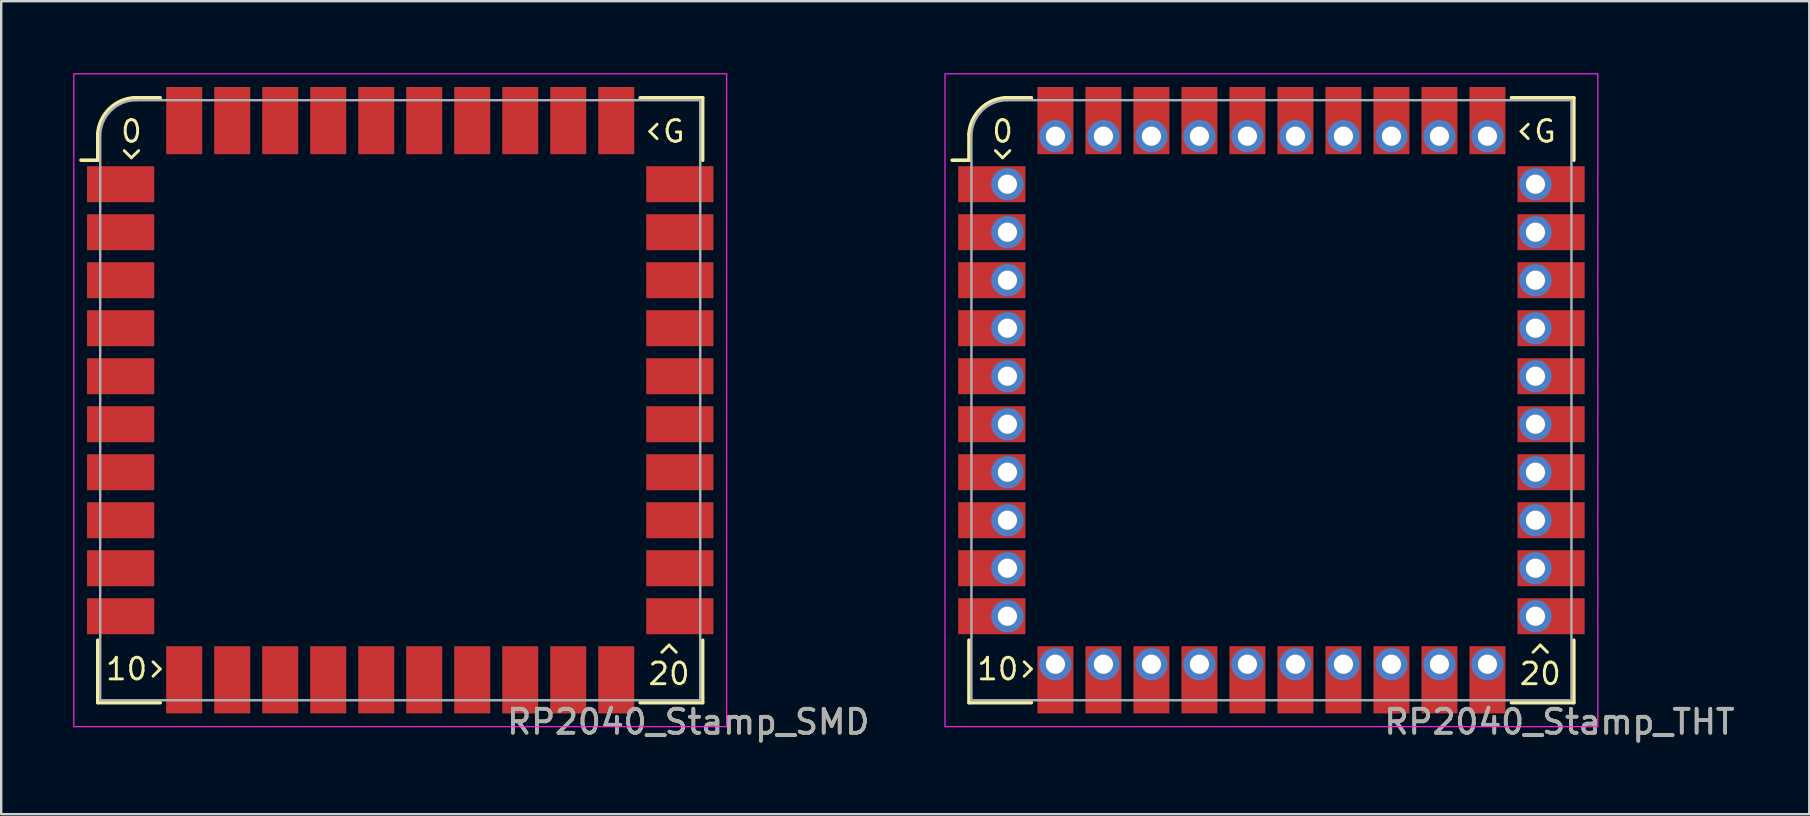
<source format=kicad_pcb>
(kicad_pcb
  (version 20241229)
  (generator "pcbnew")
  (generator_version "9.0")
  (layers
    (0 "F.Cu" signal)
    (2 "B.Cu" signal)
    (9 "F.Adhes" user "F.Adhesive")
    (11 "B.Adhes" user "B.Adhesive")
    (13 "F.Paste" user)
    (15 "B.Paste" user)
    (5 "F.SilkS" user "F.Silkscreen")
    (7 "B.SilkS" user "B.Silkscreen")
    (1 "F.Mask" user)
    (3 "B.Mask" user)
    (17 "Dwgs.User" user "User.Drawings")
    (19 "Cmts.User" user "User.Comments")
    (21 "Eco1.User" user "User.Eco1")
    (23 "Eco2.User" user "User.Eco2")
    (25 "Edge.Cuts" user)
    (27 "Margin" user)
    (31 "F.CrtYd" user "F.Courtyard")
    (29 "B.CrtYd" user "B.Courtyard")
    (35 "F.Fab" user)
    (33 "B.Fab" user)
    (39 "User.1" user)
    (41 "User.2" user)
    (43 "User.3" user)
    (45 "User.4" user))
  (footprint "RP2040_Stamp_THT"
    (layer "F.Cu")
    (at 49.923 13.625)
    (property "Reference" "RP2040_Stamp_THT" (at 12 13.4 0) (unlocked yes) (layer "F.SilkS") (effects (font (size 1 1) (thickness 0.15))))
    (attr through_hole)
    (fp_line (start -12.6 -10) (end -13.3 -10) (stroke (width 0.15) (type solid)) (layer "F.SilkS"))
    (fp_line (start -12.6 -10) (end -12.6 -11.1) (stroke (width 0.15) (type solid)) (layer "F.SilkS"))
    (fp_line (start -12.6 12.6) (end -12.6 10) (stroke (width 0.15) (type solid)) (layer "F.SilkS"))
    (fp_line (start -11.5 -10.4) (end -11.2 -10.1) (stroke (width 0.12) (type solid)) (layer "F.SilkS"))
    (fp_line (start -11.2 -10.1) (end -10.9 -10.4) (stroke (width 0.12) (type solid)) (layer "F.SilkS"))
    (fp_line (start -11.1 -12.6) (end -10 -12.6) (stroke (width 0.15) (type solid)) (layer "F.SilkS"))
    (fp_line (start -10.3 11.5) (end -10 11.2) (stroke (width 0.12) (type solid)) (layer "F.SilkS"))
    (fp_line (start -10 11.2) (end -10.3 10.9) (stroke (width 0.12) (type solid)) (layer "F.SilkS"))
    (fp_line (start -10 12.6) (end -12.6 12.6) (stroke (width 0.15) (type solid)) (layer "F.SilkS"))
    (fp_line (start 10 -12.6) (end 12.6 -12.6) (stroke (width 0.15) (type solid)) (layer "F.SilkS"))
    (fp_line (start 10.4 -11.2) (end 10.7 -10.9) (stroke (width 0.12) (type solid)) (layer "F.SilkS"))
    (fp_line (start 10.7 -11.5) (end 10.4 -11.2) (stroke (width 0.12) (type solid)) (layer "F.SilkS"))
    (fp_line (start 11.2 10.2) (end 10.9 10.5) (stroke (width 0.12) (type solid)) (layer "F.SilkS"))
    (fp_line (start 11.5 10.5) (end 11.2 10.2) (stroke (width 0.12) (type solid)) (layer "F.SilkS"))
    (fp_line (start 12.6 -12.6) (end 12.6 -10) (stroke (width 0.15) (type solid)) (layer "F.SilkS"))
    (fp_line (start 12.6 10) (end 12.6 12.6) (stroke (width 0.15) (type solid)) (layer "F.SilkS"))
    (fp_line (start 12.6 12.6) (end 10 12.6) (stroke (width 0.15) (type solid)) (layer "F.SilkS"))
    (fp_arc (start -12.6 -11.1) (mid -12.129432 -12.129432) (end -11.1 -12.6) (stroke (width 0.15) (type solid)) (layer "F.SilkS"))
    (fp_rect (start -13.6 -13.6) (end 13.6 13.6) (stroke (width 0.05) (type solid)) (fill no) (layer "F.CrtYd"))
    (fp_line (start -12.5 12.5) (end -12.5 -11) (stroke (width 0.1) (type solid)) (layer "F.Fab"))
    (fp_line (start -11 -12.5) (end 12.5 -12.5) (stroke (width 0.1) (type solid)) (layer "F.Fab"))
    (fp_line (start 12.5 -12.5) (end 12.5 12.5) (stroke (width 0.1) (type solid)) (layer "F.Fab"))
    (fp_line (start 12.5 12.5) (end -12.5 12.5) (stroke (width 0.1) (type solid)) (layer "F.Fab"))
    (fp_arc (start -12.500003 -11.000003) (mid -12.060661 -12.060662) (end -11 -12.5) (stroke (width 0.1) (type solid)) (layer "F.Fab"))
    (fp_text user "20" (at 11.2 11.4 0) (unlocked yes) (layer "F.SilkS") (effects (font (size 0.9 0.9) (thickness 0.12))))
    (fp_text user "0" (at -11.2 -11.2 0) (unlocked yes) (layer "F.SilkS") (effects (font (size 0.9 0.9) (thickness 0.12))))
    (fp_text user "10" (at -11.4 11.2 0) (unlocked yes) (layer "F.SilkS") (effects (font (size 0.9 0.9) (thickness 0.12))))
    (fp_text user "G" (at 11.4 -11.2 0) (unlocked yes) (layer "F.SilkS") (effects (font (size 0.9 0.9) (thickness 0.12))))
    (fp_text user "${REFERENCE}" (at 12 13.4 0) (unlocked yes) (layer "F.Fab") (effects (font (size 1 1) (thickness 0.15))))
    (pad "1" smd rect (at -11.65 -9) (size 2.8 1.5) (layers "F.Cu" "F.Mask" "F.Paste"))
    (pad "1" thru_hole circle (at -11 -9) (size 1.35 1.35) (drill 0.8) (layers "*.Cu" "*.Mask"))
    (pad "2" smd rect (at -11.65 -7) (size 2.8 1.5) (layers "F.Cu" "F.Mask" "F.Paste"))
    (pad "2" thru_hole oval (at -11 -7) (size 1.35 1.35) (drill 0.8) (layers "*.Cu" "*.Mask"))
    (pad "3" smd rect (at -11.65 -5) (size 2.8 1.5) (layers "F.Cu" "F.Mask" "F.Paste"))
    (pad "3" thru_hole oval (at -11 -5) (size 1.35 1.35) (drill 0.8) (layers "*.Cu" "*.Mask"))
    (pad "4" smd rect (at -11.65 -3) (size 2.8 1.5) (layers "F.Cu" "F.Mask" "F.Paste"))
    (pad "4" thru_hole oval (at -11 -3) (size 1.35 1.35) (drill 0.8) (layers "*.Cu" "*.Mask"))
    (pad "5" smd rect (at -11.65 -1) (size 2.8 1.5) (layers "F.Cu" "F.Mask" "F.Paste"))
    (pad "5" thru_hole oval (at -11 -1) (size 1.35 1.35) (drill 0.8) (layers "*.Cu" "*.Mask"))
    (pad "6" smd rect (at -11.65 1) (size 2.8 1.5) (layers "F.Cu" "F.Mask" "F.Paste"))
    (pad "6" thru_hole oval (at -11 1) (size 1.35 1.35) (drill 0.8) (layers "*.Cu" "*.Mask"))
    (pad "7" smd rect (at -11.65 3) (size 2.8 1.5) (layers "F.Cu" "F.Mask" "F.Paste"))
    (pad "7" thru_hole oval (at -11 3) (size 1.35 1.35) (drill 0.8) (layers "*.Cu" "*.Mask"))
    (pad "8" smd rect (at -11.65 5) (size 2.8 1.5) (layers "F.Cu" "F.Mask" "F.Paste"))
    (pad "8" thru_hole oval (at -11 5) (size 1.35 1.35) (drill 0.8) (layers "*.Cu" "*.Mask"))
    (pad "9" smd rect (at -11.65 7) (size 2.8 1.5) (layers "F.Cu" "F.Mask" "F.Paste"))
    (pad "9" thru_hole oval (at -11 7) (size 1.35 1.35) (drill 0.8) (layers "*.Cu" "*.Mask"))
    (pad "10" smd rect (at -11.65 9) (size 2.8 1.5) (layers "F.Cu" "F.Mask" "F.Paste"))
    (pad "10" thru_hole oval (at -11 9) (size 1.35 1.35) (drill 0.8) (layers "*.Cu" "*.Mask"))
    (pad "11" thru_hole oval (at -9 11) (size 1.35 1.35) (drill 0.8) (layers "*.Cu" "*.Mask"))
    (pad "11" smd rect (at -9 11.65 270) (size 2.8 1.5) (layers "F.Cu" "F.Mask" "F.Paste"))
    (pad "12" thru_hole oval (at -7 11) (size 1.35 1.35) (drill 0.8) (layers "*.Cu" "*.Mask"))
    (pad "12" smd rect (at -7 11.65 270) (size 2.8 1.5) (layers "F.Cu" "F.Mask" "F.Paste"))
    (pad "13" thru_hole oval (at -5 11) (size 1.35 1.35) (drill 0.8) (layers "*.Cu" "*.Mask"))
    (pad "13" smd rect (at -5 11.65 270) (size 2.8 1.5) (layers "F.Cu" "F.Mask" "F.Paste"))
    (pad "14" thru_hole oval (at -3 11) (size 1.35 1.35) (drill 0.8) (layers "*.Cu" "*.Mask"))
    (pad "14" smd rect (at -3 11.65 270) (size 2.8 1.5) (layers "F.Cu" "F.Mask" "F.Paste"))
    (pad "15" thru_hole oval (at -1 11) (size 1.35 1.35) (drill 0.8) (layers "*.Cu" "*.Mask"))
    (pad "15" smd rect (at -1 11.65 270) (size 2.8 1.5) (layers "F.Cu" "F.Mask" "F.Paste"))
    (pad "16" thru_hole oval (at 1 11) (size 1.35 1.35) (drill 0.8) (layers "*.Cu" "*.Mask"))
    (pad "16" smd rect (at 1 11.65 270) (size 2.8 1.5) (layers "F.Cu" "F.Mask" "F.Paste"))
    (pad "17" thru_hole oval (at 3 11) (size 1.35 1.35) (drill 0.8) (layers "*.Cu" "*.Mask"))
    (pad "17" smd rect (at 3 11.65 270) (size 2.8 1.5) (layers "F.Cu" "F.Mask" "F.Paste"))
    (pad "18" thru_hole oval (at 5 11) (size 1.35 1.35) (drill 0.8) (layers "*.Cu" "*.Mask"))
    (pad "18" smd rect (at 5 11.65 270) (size 2.8 1.5) (layers "F.Cu" "F.Mask" "F.Paste"))
    (pad "19" thru_hole oval (at 7 11) (size 1.35 1.35) (drill 0.8) (layers "*.Cu" "*.Mask"))
    (pad "19" smd rect (at 7 11.65 270) (size 2.8 1.5) (layers "F.Cu" "F.Mask" "F.Paste"))
    (pad "20" thru_hole oval (at 9 11) (size 1.35 1.35) (drill 0.8) (layers "*.Cu" "*.Mask"))
    (pad "20" smd rect (at 9 11.65 270) (size 2.8 1.5) (layers "F.Cu" "F.Mask" "F.Paste"))
    (pad "21" thru_hole oval (at 11 9) (size 1.35 1.35) (drill 0.8) (layers "*.Cu" "*.Mask"))
    (pad "21" smd rect (at 11.65 9) (size 2.8 1.5) (layers "F.Cu" "F.Mask" "F.Paste"))
    (pad "22" thru_hole oval (at 11 7) (size 1.35 1.35) (drill 0.8) (layers "*.Cu" "*.Mask"))
    (pad "22" smd rect (at 11.65 7) (size 2.8 1.5) (layers "F.Cu" "F.Mask" "F.Paste"))
    (pad "23" thru_hole oval (at 11 5) (size 1.35 1.35) (drill 0.8) (layers "*.Cu" "*.Mask"))
    (pad "23" smd rect (at 11.65 5) (size 2.8 1.5) (layers "F.Cu" "F.Mask" "F.Paste"))
    (pad "24" thru_hole oval (at 11 3) (size 1.35 1.35) (drill 0.8) (layers "*.Cu" "*.Mask"))
    (pad "24" smd rect (at 11.65 3) (size 2.8 1.5) (layers "F.Cu" "F.Mask" "F.Paste"))
    (pad "25" thru_hole oval (at 11 1) (size 1.35 1.35) (drill 0.8) (layers "*.Cu" "*.Mask"))
    (pad "25" smd rect (at 11.65 1) (size 2.8 1.5) (layers "F.Cu" "F.Mask" "F.Paste"))
    (pad "26" thru_hole oval (at 11 -1) (size 1.35 1.35) (drill 0.8) (layers "*.Cu" "*.Mask"))
    (pad "26" smd rect (at 11.65 -1) (size 2.8 1.5) (layers "F.Cu" "F.Mask" "F.Paste"))
    (pad "27" thru_hole oval (at 11 -3) (size 1.35 1.35) (drill 0.8) (layers "*.Cu" "*.Mask"))
    (pad "27" smd rect (at 11.65 -3) (size 2.8 1.5) (layers "F.Cu" "F.Mask" "F.Paste"))
    (pad "28" thru_hole oval (at 11 -5) (size 1.35 1.35) (drill 0.8) (layers "*.Cu" "*.Mask"))
    (pad "28" smd rect (at 11.65 -5) (size 2.8 1.5) (layers "F.Cu" "F.Mask" "F.Paste"))
    (pad "29" thru_hole oval (at 11 -7) (size 1.35 1.35) (drill 0.8) (layers "*.Cu" "*.Mask"))
    (pad "29" smd rect (at 11.65 -7) (size 2.8 1.5) (layers "F.Cu" "F.Mask" "F.Paste"))
    (pad "30" thru_hole oval (at 11 -9) (size 1.35 1.35) (drill 0.8) (layers "*.Cu" "*.Mask"))
    (pad "30" smd rect (at 11.65 -9) (size 2.8 1.5) (layers "F.Cu" "F.Mask" "F.Paste"))
    (pad "31" smd rect (at 9 -11.65 270) (size 2.8 1.5) (layers "F.Cu" "F.Mask" "F.Paste"))
    (pad "31" thru_hole oval (at 9 -11) (size 1.35 1.35) (drill 0.8) (layers "*.Cu" "*.Mask"))
    (pad "32" smd rect (at 7 -11.65 270) (size 2.8 1.5) (layers "F.Cu" "F.Mask" "F.Paste"))
    (pad "32" thru_hole oval (at 7 -11) (size 1.35 1.35) (drill 0.8) (layers "*.Cu" "*.Mask"))
    (pad "33" smd rect (at 5 -11.65 270) (size 2.8 1.5) (layers "F.Cu" "F.Mask" "F.Paste"))
    (pad "33" thru_hole oval (at 5 -11) (size 1.35 1.35) (drill 0.8) (layers "*.Cu" "*.Mask"))
    (pad "34" smd rect (at 3 -11.65 270) (size 2.8 1.5) (layers "F.Cu" "F.Mask" "F.Paste"))
    (pad "34" thru_hole oval (at 3 -11) (size 1.35 1.35) (drill 0.8) (layers "*.Cu" "*.Mask"))
    (pad "35" smd rect (at 1 -11.65 270) (size 2.8 1.5) (layers "F.Cu" "F.Mask" "F.Paste"))
    (pad "35" thru_hole oval (at 1 -11) (size 1.35 1.35) (drill 0.8) (layers "*.Cu" "*.Mask"))
    (pad "36" smd rect (at -1 -11.65 270) (size 2.8 1.5) (layers "F.Cu" "F.Mask" "F.Paste"))
    (pad "36" thru_hole oval (at -1 -11) (size 1.35 1.35) (drill 0.8) (layers "*.Cu" "*.Mask"))
    (pad "37" smd rect (at -3 -11.65 270) (size 2.8 1.5) (layers "F.Cu" "F.Mask" "F.Paste"))
    (pad "37" thru_hole oval (at -3 -11) (size 1.35 1.35) (drill 0.8) (layers "*.Cu" "*.Mask"))
    (pad "38" smd rect (at -5 -11.65 270) (size 2.8 1.5) (layers "F.Cu" "F.Mask" "F.Paste"))
    (pad "38" thru_hole oval (at -5 -11) (size 1.35 1.35) (drill 0.8) (layers "*.Cu" "*.Mask"))
    (pad "39" smd rect (at -7 -11.65 270) (size 2.8 1.5) (layers "F.Cu" "F.Mask" "F.Paste"))
    (pad "39" thru_hole oval (at -7 -11) (size 1.35 1.35) (drill 0.8) (layers "*.Cu" "*.Mask"))
    (pad "40" smd rect (at -9 -11.65 270) (size 2.8 1.5) (layers "F.Cu" "F.Mask" "F.Paste"))
    (pad "40" thru_hole oval (at -9 -11) (size 1.35 1.35) (drill 0.8) (layers "*.Cu" "*.Mask")))
  (footprint "RP2040_Stamp_SMD"
    (layer "F.Cu")
    (at 13.625 13.625)
    (property "Reference" "RP2040_Stamp_SMD" (at 12 13.4 0) (unlocked yes) (layer "F.SilkS") (effects (font (size 1 1) (thickness 0.15))))
    (attr through_hole)
    (fp_line (start -12.6 -10) (end -13.3 -10) (stroke (width 0.15) (type solid)) (layer "F.SilkS"))
    (fp_line (start -12.6 -10) (end -12.6 -11.1) (stroke (width 0.15) (type solid)) (layer "F.SilkS"))
    (fp_line (start -12.6 12.6) (end -12.6 10) (stroke (width 0.15) (type solid)) (layer "F.SilkS"))
    (fp_line (start -11.5 -10.4) (end -11.2 -10.1) (stroke (width 0.12) (type solid)) (layer "F.SilkS"))
    (fp_line (start -11.2 -10.1) (end -10.9 -10.4) (stroke (width 0.12) (type solid)) (layer "F.SilkS"))
    (fp_line (start -11.1 -12.6) (end -10 -12.6) (stroke (width 0.15) (type solid)) (layer "F.SilkS"))
    (fp_line (start -10.3 11.5) (end -10 11.2) (stroke (width 0.12) (type solid)) (layer "F.SilkS"))
    (fp_line (start -10 11.2) (end -10.3 10.9) (stroke (width 0.12) (type solid)) (layer "F.SilkS"))
    (fp_line (start -10 12.6) (end -12.6 12.6) (stroke (width 0.15) (type solid)) (layer "F.SilkS"))
    (fp_line (start 10 -12.6) (end 12.6 -12.6) (stroke (width 0.15) (type solid)) (layer "F.SilkS"))
    (fp_line (start 10.4 -11.2) (end 10.7 -10.9) (stroke (width 0.12) (type solid)) (layer "F.SilkS"))
    (fp_line (start 10.7 -11.5) (end 10.4 -11.2) (stroke (width 0.12) (type solid)) (layer "F.SilkS"))
    (fp_line (start 11.2 10.2) (end 10.9 10.5) (stroke (width 0.12) (type solid)) (layer "F.SilkS"))
    (fp_line (start 11.5 10.5) (end 11.2 10.2) (stroke (width 0.12) (type solid)) (layer "F.SilkS"))
    (fp_line (start 12.6 -12.6) (end 12.6 -10) (stroke (width 0.15) (type solid)) (layer "F.SilkS"))
    (fp_line (start 12.6 10) (end 12.6 12.6) (stroke (width 0.15) (type solid)) (layer "F.SilkS"))
    (fp_line (start 12.6 12.6) (end 10 12.6) (stroke (width 0.15) (type solid)) (layer "F.SilkS"))
    (fp_arc (start -12.6 -11.1) (mid -12.129432 -12.129432) (end -11.1 -12.6) (stroke (width 0.15) (type solid)) (layer "F.SilkS"))
    (fp_rect (start -13.6 -13.6) (end 13.6 13.6) (stroke (width 0.05) (type solid)) (fill no) (layer "F.CrtYd"))
    (fp_line (start -12.5 12.5) (end -12.5 -11) (stroke (width 0.1) (type solid)) (layer "F.Fab"))
    (fp_line (start -11 -12.5) (end 12.5 -12.5) (stroke (width 0.1) (type solid)) (layer "F.Fab"))
    (fp_line (start 12.5 -12.5) (end 12.5 12.5) (stroke (width 0.1) (type solid)) (layer "F.Fab"))
    (fp_line (start 12.5 12.5) (end -12.5 12.5) (stroke (width 0.1) (type solid)) (layer "F.Fab"))
    (fp_arc (start -12.500003 -11.000003) (mid -12.060661 -12.060662) (end -11 -12.5) (stroke (width 0.1) (type solid)) (layer "F.Fab"))
    (fp_text user "G" (at 11.4 -11.2 0) (unlocked yes) (layer "F.SilkS") (effects (font (size 0.9 0.9) (thickness 0.12))))
    (fp_text user "20" (at 11.2 11.4 0) (unlocked yes) (layer "F.SilkS") (effects (font (size 0.9 0.9) (thickness 0.12))))
    (fp_text user "10" (at -11.4 11.2 0) (unlocked yes) (layer "F.SilkS") (effects (font (size 0.9 0.9) (thickness 0.12))))
    (fp_text user "0" (at -11.2 -11.2 0) (unlocked yes) (layer "F.SilkS") (effects (font (size 0.9 0.9) (thickness 0.12))))
    (fp_text user "${REFERENCE}" (at 12 13.4 0) (unlocked yes) (layer "F.Fab") (effects (font (size 1 1) (thickness 0.15))))
    (pad "1" smd rect (at -11.65 -9) (size 2.8 1.5) (layers "F.Cu" "F.Mask" "F.Paste"))
    (pad "2" smd rect (at -11.65 -7) (size 2.8 1.5) (layers "F.Cu" "F.Mask" "F.Paste"))
    (pad "3" smd rect (at -11.65 -5) (size 2.8 1.5) (layers "F.Cu" "F.Mask" "F.Paste"))
    (pad "4" smd rect (at -11.65 -3) (size 2.8 1.5) (layers "F.Cu" "F.Mask" "F.Paste"))
    (pad "5" smd rect (at -11.65 -1) (size 2.8 1.5) (layers "F.Cu" "F.Mask" "F.Paste"))
    (pad "6" smd rect (at -11.65 1) (size 2.8 1.5) (layers "F.Cu" "F.Mask" "F.Paste"))
    (pad "7" smd rect (at -11.65 3) (size 2.8 1.5) (layers "F.Cu" "F.Mask" "F.Paste"))
    (pad "8" smd rect (at -11.65 5) (size 2.8 1.5) (layers "F.Cu" "F.Mask" "F.Paste"))
    (pad "9" smd rect (at -11.65 7) (size 2.8 1.5) (layers "F.Cu" "F.Mask" "F.Paste"))
    (pad "10" smd rect (at -11.65 9) (size 2.8 1.5) (layers "F.Cu" "F.Mask" "F.Paste"))
    (pad "11" smd rect (at -9 11.65 270) (size 2.8 1.5) (layers "F.Cu" "F.Mask" "F.Paste"))
    (pad "12" smd rect (at -7 11.65 270) (size 2.8 1.5) (layers "F.Cu" "F.Mask" "F.Paste"))
    (pad "13" smd rect (at -5 11.65 270) (size 2.8 1.5) (layers "F.Cu" "F.Mask" "F.Paste"))
    (pad "14" smd rect (at -3 11.65 270) (size 2.8 1.5) (layers "F.Cu" "F.Mask" "F.Paste"))
    (pad "15" smd rect (at -1 11.65 270) (size 2.8 1.5) (layers "F.Cu" "F.Mask" "F.Paste"))
    (pad "16" smd rect (at 1 11.65 270) (size 2.8 1.5) (layers "F.Cu" "F.Mask" "F.Paste"))
    (pad "17" smd rect (at 3 11.65 270) (size 2.8 1.5) (layers "F.Cu" "F.Mask" "F.Paste"))
    (pad "18" smd rect (at 5 11.65 270) (size 2.8 1.5) (layers "F.Cu" "F.Mask" "F.Paste"))
    (pad "19" smd rect (at 7 11.65 270) (size 2.8 1.5) (layers "F.Cu" "F.Mask" "F.Paste"))
    (pad "20" smd rect (at 9 11.65 270) (size 2.8 1.5) (layers "F.Cu" "F.Mask" "F.Paste"))
    (pad "21" smd rect (at 11.65 9) (size 2.8 1.5) (layers "F.Cu" "F.Mask" "F.Paste"))
    (pad "22" smd rect (at 11.65 7) (size 2.8 1.5) (layers "F.Cu" "F.Mask" "F.Paste"))
    (pad "23" smd rect (at 11.65 5) (size 2.8 1.5) (layers "F.Cu" "F.Mask" "F.Paste"))
    (pad "24" smd rect (at 11.65 3) (size 2.8 1.5) (layers "F.Cu" "F.Mask" "F.Paste"))
    (pad "25" smd rect (at 11.65 1) (size 2.8 1.5) (layers "F.Cu" "F.Mask" "F.Paste"))
    (pad "26" smd rect (at 11.65 -1) (size 2.8 1.5) (layers "F.Cu" "F.Mask" "F.Paste"))
    (pad "27" smd rect (at 11.65 -3) (size 2.8 1.5) (layers "F.Cu" "F.Mask" "F.Paste"))
    (pad "28" smd rect (at 11.65 -5) (size 2.8 1.5) (layers "F.Cu" "F.Mask" "F.Paste"))
    (pad "29" smd rect (at 11.65 -7) (size 2.8 1.5) (layers "F.Cu" "F.Mask" "F.Paste"))
    (pad "30" smd rect (at 11.65 -9) (size 2.8 1.5) (layers "F.Cu" "F.Mask" "F.Paste"))
    (pad "31" smd rect (at 9 -11.65 270) (size 2.8 1.5) (layers "F.Cu" "F.Mask" "F.Paste"))
    (pad "32" smd rect (at 7 -11.65 270) (size 2.8 1.5) (layers "F.Cu" "F.Mask" "F.Paste"))
    (pad "33" smd rect (at 5 -11.65 270) (size 2.8 1.5) (layers "F.Cu" "F.Mask" "F.Paste"))
    (pad "34" smd rect (at 3 -11.65 270) (size 2.8 1.5) (layers "F.Cu" "F.Mask" "F.Paste"))
    (pad "35" smd rect (at 1 -11.65 270) (size 2.8 1.5) (layers "F.Cu" "F.Mask" "F.Paste"))
    (pad "36" smd rect (at -1 -11.65 270) (size 2.8 1.5) (layers "F.Cu" "F.Mask" "F.Paste"))
    (pad "37" smd rect (at -3 -11.65 270) (size 2.8 1.5) (layers "F.Cu" "F.Mask" "F.Paste"))
    (pad "38" smd rect (at -5 -11.65 270) (size 2.8 1.5) (layers "F.Cu" "F.Mask" "F.Paste"))
    (pad "39" smd rect (at -7 -11.65 270) (size 2.8 1.5) (layers "F.Cu" "F.Mask" "F.Paste"))
    (pad "40" smd rect (at -9 -11.65 270) (size 2.8 1.5) (layers "F.Cu" "F.Mask" "F.Paste")))
  (gr_rect
    (start -3 -3)
    (end 72.333 30.873)
    (stroke (width 0.1) (type default))
    (fill no)
    (layer "Edge.Cuts")))
</source>
